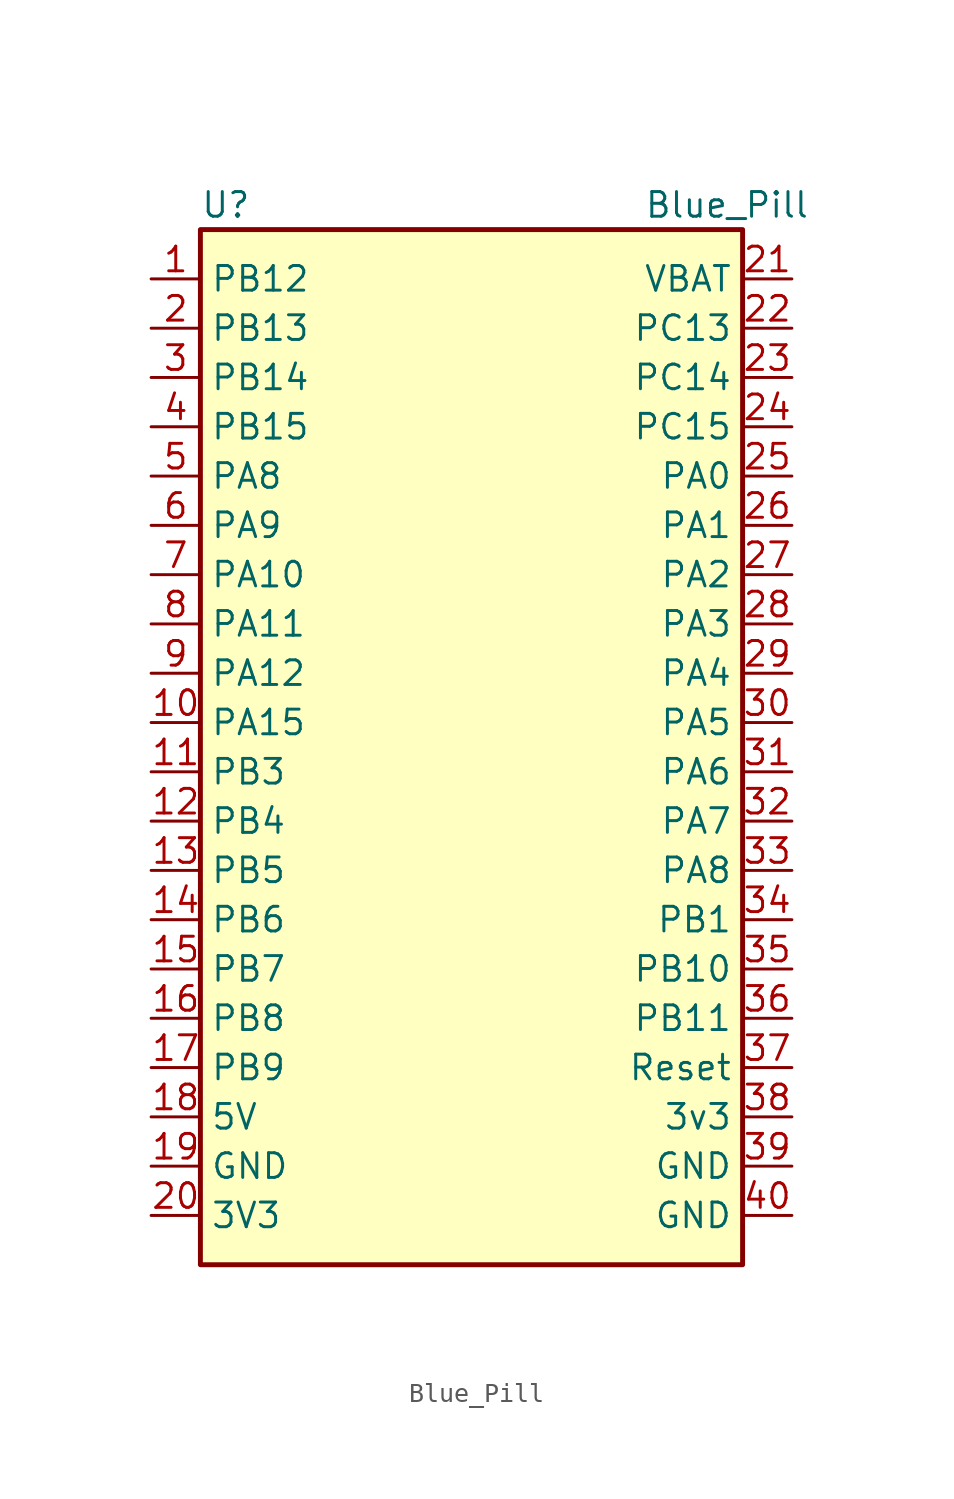
<source format=kicad_sym>
(kicad_symbol_lib
  (version 20211014)
  (generator kicad_symbol_editor)
  (symbol "Blue_Pill"
    (property "Reference" "U"
      (at -15.24 36.83 0)
      (effects (font (size 1.27 1.27)) (justify left)))
    (property "Value" "Blue_Pill"
      (at 7.62 36.83 0)
      (effects (font (size 1.27 1.27)) (justify left)))
    (symbol "Blue_Pill_0_1"
      (rectangle (start -15.24 35.56) (end 12.7 -17.78) (stroke (width 0.254) (type default) (color 0 0 0 0)) (fill (type background))))
    (symbol "Blue_Pill_1_1"
      (pin bidirectional line (at -17.78 33.02 0) (length 2.54) (name "PB12" (effects (font (size 1.27 1.27)))) (number "1" (effects (font (size 1.27 1.27)))))
      (pin bidirectional line (at -17.78 10.16 0) (length 2.54) (name "PA15" (effects (font (size 1.27 1.27)))) (number "10" (effects (font (size 1.27 1.27)))))
      (pin bidirectional line (at -17.78 7.62 0) (length 2.54) (name "PB3" (effects (font (size 1.27 1.27)))) (number "11" (effects (font (size 1.27 1.27)))))
      (pin bidirectional line (at -17.78 5.08 0) (length 2.54) (name "PB4" (effects (font (size 1.27 1.27)))) (number "12" (effects (font (size 1.27 1.27)))))
      (pin bidirectional line (at -17.78 2.54 0) (length 2.54) (name "PB5" (effects (font (size 1.27 1.27)))) (number "13" (effects (font (size 1.27 1.27)))))
      (pin bidirectional line (at -17.78 0 0) (length 2.54) (name "PB6" (effects (font (size 1.27 1.27)))) (number "14" (effects (font (size 1.27 1.27)))))
      (pin bidirectional line (at -17.78 -2.54 0) (length 2.54) (name "PB7" (effects (font (size 1.27 1.27)))) (number "15" (effects (font (size 1.27 1.27)))))
      (pin bidirectional line (at -17.78 -5.08 0) (length 2.54) (name "PB8" (effects (font (size 1.27 1.27)))) (number "16" (effects (font (size 1.27 1.27)))))
      (pin bidirectional line (at -17.78 -7.62 0) (length 2.54) (name "PB9" (effects (font (size 1.27 1.27)))) (number "17" (effects (font (size 1.27 1.27)))))
      (pin power_in line (at -17.78 -10.16 0) (length 2.54) (name "5V" (effects (font (size 1.27 1.27)))) (number "18" (effects (font (size 1.27 1.27)))))
      (pin power_out line (at -17.78 -12.7 0) (length 2.54) (name "GND" (effects (font (size 1.27 1.27)))) (number "19" (effects (font (size 1.27 1.27)))))
      (pin bidirectional line (at -17.78 30.48 0) (length 2.54) (name "PB13" (effects (font (size 1.27 1.27)))) (number "2" (effects (font (size 1.27 1.27)))))
      (pin power_in line (at -17.78 -15.24 0) (length 2.54) (name "3V3" (effects (font (size 1.27 1.27)))) (number "20" (effects (font (size 1.27 1.27)))))
      (pin input line (at 15.24 33.02 180) (length 2.54) (name "VBAT" (effects (font (size 1.27 1.27)))) (number "21" (effects (font (size 1.27 1.27)))))
      (pin bidirectional line (at 15.24 30.48 180) (length 2.54) (name "PC13" (effects (font (size 1.27 1.27)))) (number "22" (effects (font (size 1.27 1.27)))))
      (pin power_in line (at 15.24 27.94 180) (length 2.54) (name "PC14" (effects (font (size 1.27 1.27)))) (number "23" (effects (font (size 1.27 1.27)))))
      (pin power_in line (at 15.24 25.4 180) (length 2.54) (name "PC15" (effects (font (size 1.27 1.27)))) (number "24" (effects (font (size 1.27 1.27)))))
      (pin bidirectional line (at 15.24 22.86 180) (length 2.54) (name "PA0" (effects (font (size 1.27 1.27)))) (number "25" (effects (font (size 1.27 1.27)))))
      (pin bidirectional line (at 15.24 20.32 180) (length 2.54) (name "PA1" (effects (font (size 1.27 1.27)))) (number "26" (effects (font (size 1.27 1.27)))))
      (pin bidirectional line (at 15.24 17.78 180) (length 2.54) (name "PA2" (effects (font (size 1.27 1.27)))) (number "27" (effects (font (size 1.27 1.27)))))
      (pin bidirectional line (at 15.24 15.24 180) (length 2.54) (name "PA3" (effects (font (size 1.27 1.27)))) (number "28" (effects (font (size 1.27 1.27)))))
      (pin bidirectional line (at 15.24 12.7 180) (length 2.54) (name "PA4" (effects (font (size 1.27 1.27)))) (number "29" (effects (font (size 1.27 1.27)))))
      (pin bidirectional line (at -17.78 27.94 0) (length 2.54) (name "PB14" (effects (font (size 1.27 1.27)))) (number "3" (effects (font (size 1.27 1.27)))))
      (pin bidirectional line (at 15.24 10.16 180) (length 2.54) (name "PA5" (effects (font (size 1.27 1.27)))) (number "30" (effects (font (size 1.27 1.27)))))
      (pin bidirectional line (at 15.24 7.62 180) (length 2.54) (name "PA6" (effects (font (size 1.27 1.27)))) (number "31" (effects (font (size 1.27 1.27)))))
      (pin bidirectional line (at 15.24 5.08 180) (length 2.54) (name "PA7" (effects (font (size 1.27 1.27)))) (number "32" (effects (font (size 1.27 1.27)))))
      (pin bidirectional line (at 15.24 2.54 180) (length 2.54) (name "PA8" (effects (font (size 1.27 1.27)))) (number "33" (effects (font (size 1.27 1.27)))))
      (pin bidirectional line (at 15.24 0 180) (length 2.54) (name "PB1" (effects (font (size 1.27 1.27)))) (number "34" (effects (font (size 1.27 1.27)))))
      (pin bidirectional line (at 15.24 -2.54 180) (length 2.54) (name "PB10" (effects (font (size 1.27 1.27)))) (number "35" (effects (font (size 1.27 1.27)))))
      (pin bidirectional line (at 15.24 -5.08 180) (length 2.54) (name "PB11" (effects (font (size 1.27 1.27)))) (number "36" (effects (font (size 1.27 1.27)))))
      (pin input line (at 15.24 -7.62 180) (length 2.54) (name "Reset" (effects (font (size 1.27 1.27)))) (number "37" (effects (font (size 1.27 1.27)))))
      (pin power_in line (at 15.24 -10.16 180) (length 2.54) (name "3v3" (effects (font (size 1.27 1.27)))) (number "38" (effects (font (size 1.27 1.27)))))
      (pin power_out line (at 15.24 -12.7 180) (length 2.54) (name "GND" (effects (font (size 1.27 1.27)))) (number "39" (effects (font (size 1.27 1.27)))))
      (pin bidirectional line (at -17.78 25.4 0) (length 2.54) (name "PB15" (effects (font (size 1.27 1.27)))) (number "4" (effects (font (size 1.27 1.27)))))
      (pin power_out line (at 15.24 -15.24 180) (length 2.54) (name "GND" (effects (font (size 1.27 1.27)))) (number "40" (effects (font (size 1.27 1.27)))))
      (pin bidirectional line (at -17.78 22.86 0) (length 2.54) (name "PA8" (effects (font (size 1.27 1.27)))) (number "5" (effects (font (size 1.27 1.27)))))
      (pin bidirectional line (at -17.78 20.32 0) (length 2.54) (name "PA9" (effects (font (size 1.27 1.27)))) (number "6" (effects (font (size 1.27 1.27)))))
      (pin bidirectional line (at -17.78 17.78 0) (length 2.54) (name "PA10" (effects (font (size 1.27 1.27)))) (number "7" (effects (font (size 1.27 1.27)))))
      (pin bidirectional line (at -17.78 15.24 0) (length 2.54) (name "PA11" (effects (font (size 1.27 1.27)))) (number "8" (effects (font (size 1.27 1.27)))))
      (pin bidirectional line (at -17.78 12.7 0) (length 2.54) (name "PA12" (effects (font (size 1.27 1.27)))) (number "9" (effects (font (size 1.27 1.27))))))))
</source>
